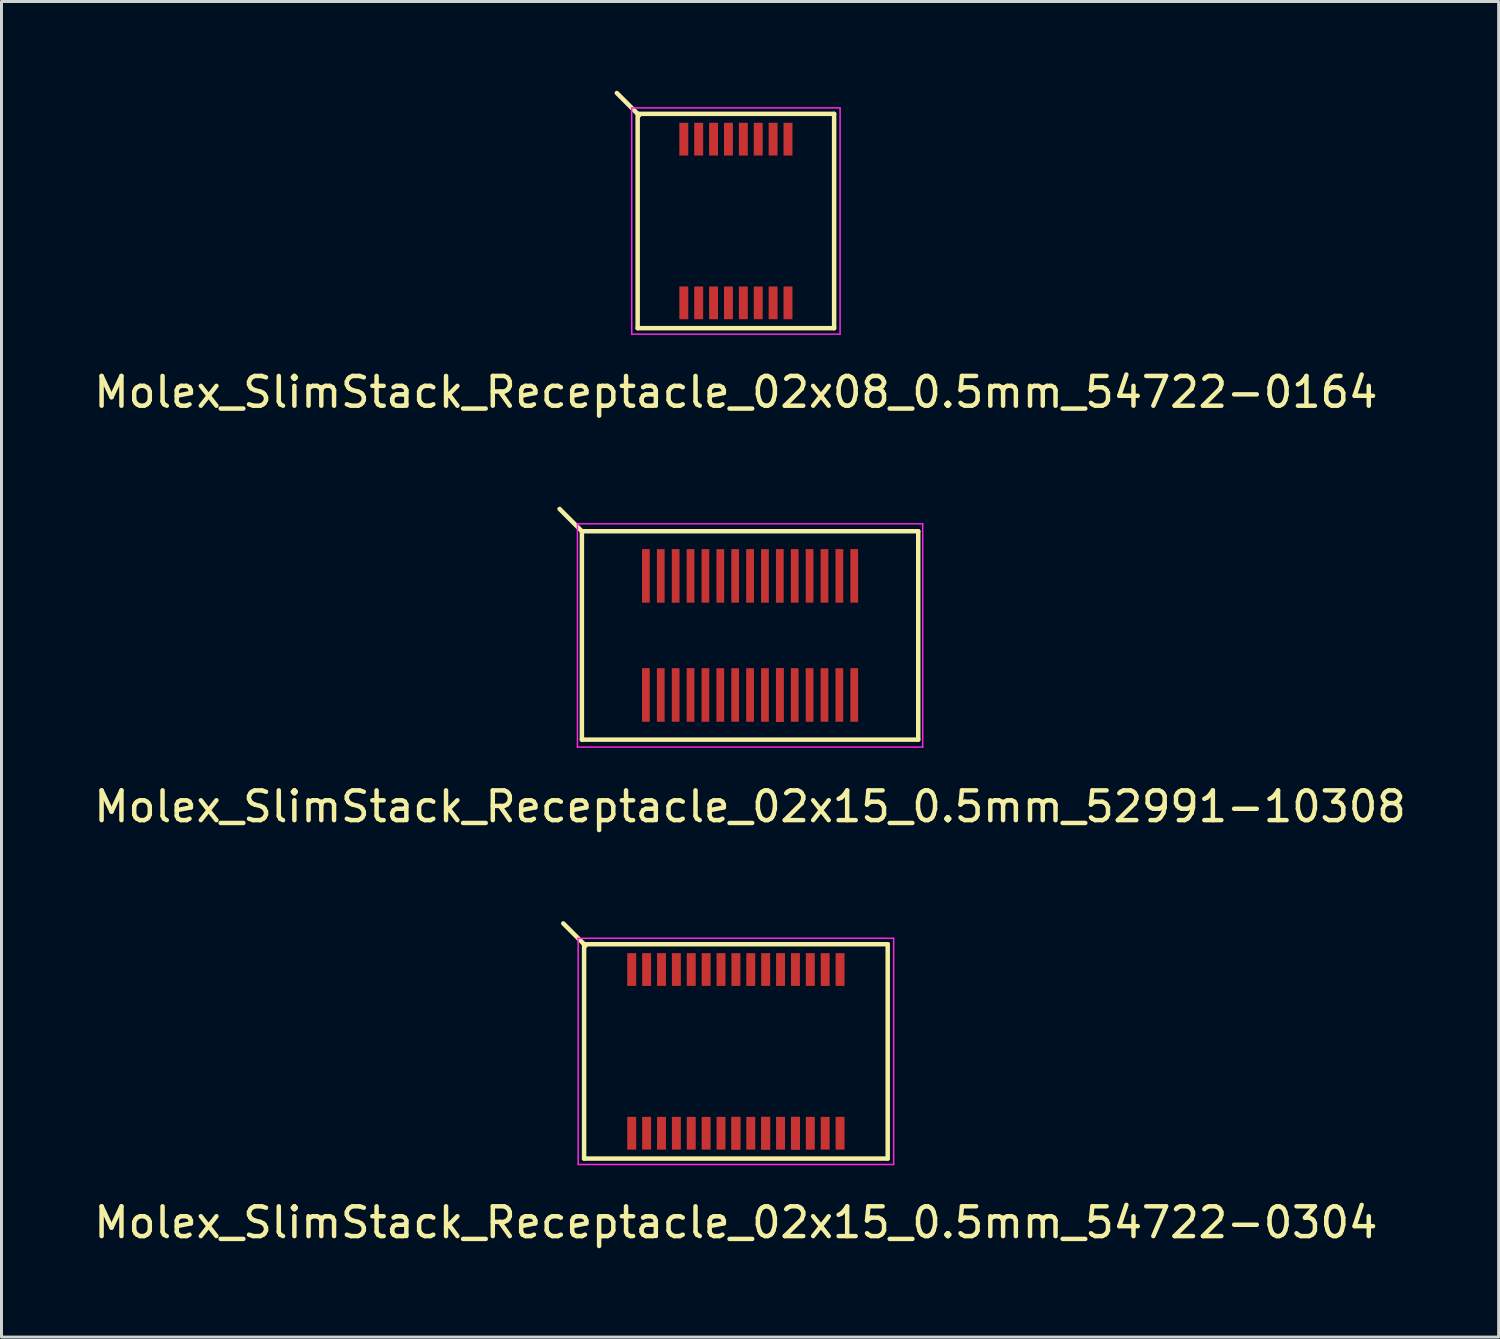
<source format=kicad_pcb>
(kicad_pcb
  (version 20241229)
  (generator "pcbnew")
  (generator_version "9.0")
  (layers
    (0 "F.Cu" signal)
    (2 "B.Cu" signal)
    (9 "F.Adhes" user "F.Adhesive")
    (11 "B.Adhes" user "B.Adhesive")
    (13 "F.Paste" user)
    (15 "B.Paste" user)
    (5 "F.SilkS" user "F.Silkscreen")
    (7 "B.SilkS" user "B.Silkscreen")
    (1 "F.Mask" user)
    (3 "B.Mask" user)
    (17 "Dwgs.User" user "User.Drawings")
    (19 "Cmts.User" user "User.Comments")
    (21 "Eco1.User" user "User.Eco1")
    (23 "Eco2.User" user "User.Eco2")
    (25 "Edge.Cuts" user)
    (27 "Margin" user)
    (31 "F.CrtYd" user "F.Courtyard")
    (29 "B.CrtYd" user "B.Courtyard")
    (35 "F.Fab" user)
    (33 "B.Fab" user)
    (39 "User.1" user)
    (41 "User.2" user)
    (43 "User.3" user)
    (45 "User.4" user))
  (footprint "Molex_SlimStack_Receptacle_02x15_0.5mm_54722-0304"
    (layer "F.Cu")
    (at 21.673 32.272)
    (property "Reference" "Molex_SlimStack_Receptacle_02x15_0.5mm_54722-0304" (at 0 5.75 0) (layer "F.SilkS") (effects (font (size 1 1) (thickness 0.15))))
    (attr smd)
    (fp_line (start -5.1 -3.6) (end -5.1 3.6) (stroke (width 0.15) (type solid)) (layer "F.SilkS"))
    (fp_line (start -5.1 3.6) (end 5.1 3.6) (stroke (width 0.15) (type solid)) (layer "F.SilkS"))
    (fp_line (start -5.05 -3.55) (end -5.8 -4.3) (stroke (width 0.15) (type solid)) (layer "F.SilkS"))
    (fp_line (start 5.1 -3.6) (end -5.1 -3.6) (stroke (width 0.15) (type solid)) (layer "F.SilkS"))
    (fp_line (start 5.1 3.6) (end 5.1 -3.6) (stroke (width 0.15) (type solid)) (layer "F.SilkS"))
    (fp_line (start -5.3 -3.8) (end -5.3 3.8) (stroke (width 0.05) (type solid)) (layer "F.CrtYd"))
    (fp_line (start -5.3 3.8) (end 5.3 3.8) (stroke (width 0.05) (type solid)) (layer "F.CrtYd"))
    (fp_line (start 5.3 -3.8) (end -5.3 -3.8) (stroke (width 0.05) (type solid)) (layer "F.CrtYd"))
    (fp_line (start 5.3 3.8) (end 5.3 -3.8) (stroke (width 0.05) (type solid)) (layer "F.CrtYd"))
    (pad "1" smd rect (at -3.5 -2.75) (size 0.3 1.1) (layers "F.Cu" "F.Mask" "F.Paste"))
    (pad "2" smd rect (at -3.5 2.75) (size 0.3 1.1) (layers "F.Cu" "F.Mask" "F.Paste"))
    (pad "3" smd rect (at -3 -2.75) (size 0.3 1.1) (layers "F.Cu" "F.Mask" "F.Paste"))
    (pad "4" smd rect (at -3 2.75) (size 0.3 1.1) (layers "F.Cu" "F.Mask" "F.Paste"))
    (pad "5" smd rect (at -2.5 -2.75) (size 0.3 1.1) (layers "F.Cu" "F.Mask" "F.Paste"))
    (pad "6" smd rect (at -2.5 2.75) (size 0.3 1.1) (layers "F.Cu" "F.Mask" "F.Paste"))
    (pad "7" smd rect (at -2 -2.75) (size 0.3 1.1) (layers "F.Cu" "F.Mask" "F.Paste"))
    (pad "8" smd rect (at -2 2.75) (size 0.3 1.1) (layers "F.Cu" "F.Mask" "F.Paste"))
    (pad "9" smd rect (at -1.5 -2.75) (size 0.3 1.1) (layers "F.Cu" "F.Mask" "F.Paste"))
    (pad "10" smd rect (at -1.5 2.75) (size 0.3 1.1) (layers "F.Cu" "F.Mask" "F.Paste"))
    (pad "11" smd rect (at -1 -2.75) (size 0.3 1.1) (layers "F.Cu" "F.Mask" "F.Paste"))
    (pad "12" smd rect (at -1 2.75) (size 0.3 1.1) (layers "F.Cu" "F.Mask" "F.Paste"))
    (pad "13" smd rect (at -0.5 -2.75) (size 0.3 1.1) (layers "F.Cu" "F.Mask" "F.Paste"))
    (pad "14" smd rect (at -0.5 2.75) (size 0.3 1.1) (layers "F.Cu" "F.Mask" "F.Paste"))
    (pad "15" smd rect (at 0 -2.75) (size 0.3 1.1) (layers "F.Cu" "F.Mask" "F.Paste"))
    (pad "16" smd rect (at 0 2.75) (size 0.3 1.1) (layers "F.Cu" "F.Mask" "F.Paste"))
    (pad "16" smd rect (at 0 2.75) (size 0.3 1.1) (layers "F.Cu" "F.Mask" "F.Paste"))
    (pad "17" smd rect (at 0.5 -2.75) (size 0.3 1.1) (layers "F.Cu" "F.Mask" "F.Paste"))
    (pad "18" smd rect (at 0.5 2.75) (size 0.3 1.1) (layers "F.Cu" "F.Mask" "F.Paste"))
    (pad "19" smd rect (at 1 -2.75) (size 0.3 1.1) (layers "F.Cu" "F.Mask" "F.Paste"))
    (pad "20" smd rect (at 1 2.75) (size 0.3 1.1) (layers "F.Cu" "F.Mask" "F.Paste"))
    (pad "20" smd rect (at 1 2.75) (size 0.3 1.1) (layers "F.Cu" "F.Mask" "F.Paste"))
    (pad "21" smd rect (at 1.5 -2.75) (size 0.3 1.1) (layers "F.Cu" "F.Mask" "F.Paste"))
    (pad "22" smd rect (at 1.5 2.75) (size 0.3 1.1) (layers "F.Cu" "F.Mask" "F.Paste"))
    (pad "23" smd rect (at 2 -2.75) (size 0.3 1.1) (layers "F.Cu" "F.Mask" "F.Paste"))
    (pad "24" smd rect (at 2 2.75) (size 0.3 1.1) (layers "F.Cu" "F.Mask" "F.Paste"))
    (pad "24" smd rect (at 2 2.75) (size 0.3 1.1) (layers "F.Cu" "F.Mask" "F.Paste"))
    (pad "25" smd rect (at 2.5 -2.75) (size 0.3 1.1) (layers "F.Cu" "F.Mask" "F.Paste"))
    (pad "26" smd rect (at 2.5 2.75) (size 0.3 1.1) (layers "F.Cu" "F.Mask" "F.Paste"))
    (pad "27" smd rect (at 3 -2.75) (size 0.3 1.1) (layers "F.Cu" "F.Mask" "F.Paste"))
    (pad "28" smd rect (at 3 2.75) (size 0.3 1.1) (layers "F.Cu" "F.Mask" "F.Paste"))
    (pad "29" smd rect (at 3.5 -2.75) (size 0.3 1.1) (layers "F.Cu" "F.Mask" "F.Paste"))
    (pad "30" smd rect (at 3.5 2.75) (size 0.3 1.1) (layers "F.Cu" "F.Mask" "F.Paste")))
  (footprint "Molex_SlimStack_Receptacle_02x08_0.5mm_54722-0164"
    (layer "F.Cu")
    (at 21.673 4.375)
    (property "Reference" "Molex_SlimStack_Receptacle_02x08_0.5mm_54722-0164" (at 0 5.75 0) (layer "F.SilkS") (effects (font (size 1 1) (thickness 0.15))))
    (attr smd)
    (fp_line (start -3.3 -3.6) (end -3.3 3.6) (stroke (width 0.15) (type solid)) (layer "F.SilkS"))
    (fp_line (start -3.3 3.6) (end 3.3 3.6) (stroke (width 0.15) (type solid)) (layer "F.SilkS"))
    (fp_line (start -3.25 -3.55) (end -4 -4.3) (stroke (width 0.15) (type solid)) (layer "F.SilkS"))
    (fp_line (start 3.3 -3.6) (end -3.3 -3.6) (stroke (width 0.15) (type solid)) (layer "F.SilkS"))
    (fp_line (start 3.3 3.6) (end 3.3 -3.6) (stroke (width 0.15) (type solid)) (layer "F.SilkS"))
    (fp_line (start -3.5 -3.8) (end -3.5 3.8) (stroke (width 0.05) (type solid)) (layer "F.CrtYd"))
    (fp_line (start -3.5 3.8) (end 3.5 3.8) (stroke (width 0.05) (type solid)) (layer "F.CrtYd"))
    (fp_line (start 3.5 -3.8) (end -3.5 -3.8) (stroke (width 0.05) (type solid)) (layer "F.CrtYd"))
    (fp_line (start 3.5 3.8) (end 3.5 -3.8) (stroke (width 0.05) (type solid)) (layer "F.CrtYd"))
    (pad "1" smd rect (at -1.75 -2.75) (size 0.3 1.1) (layers "F.Cu" "F.Mask" "F.Paste"))
    (pad "2" smd rect (at -1.75 2.75) (size 0.3 1.1) (layers "F.Cu" "F.Mask" "F.Paste"))
    (pad "3" smd rect (at -1.25 -2.75) (size 0.3 1.1) (layers "F.Cu" "F.Mask" "F.Paste"))
    (pad "4" smd rect (at -1.25 2.75) (size 0.3 1.1) (layers "F.Cu" "F.Mask" "F.Paste"))
    (pad "5" smd rect (at -0.75 -2.75) (size 0.3 1.1) (layers "F.Cu" "F.Mask" "F.Paste"))
    (pad "6" smd rect (at -0.75 2.75) (size 0.3 1.1) (layers "F.Cu" "F.Mask" "F.Paste"))
    (pad "7" smd rect (at -0.25 -2.75) (size 0.3 1.1) (layers "F.Cu" "F.Mask" "F.Paste"))
    (pad "8" smd rect (at -0.25 2.75) (size 0.3 1.1) (layers "F.Cu" "F.Mask" "F.Paste"))
    (pad "9" smd rect (at 0.25 -2.75) (size 0.3 1.1) (layers "F.Cu" "F.Mask" "F.Paste"))
    (pad "10" smd rect (at 0.25 2.75) (size 0.3 1.1) (layers "F.Cu" "F.Mask" "F.Paste"))
    (pad "11" smd rect (at 0.75 -2.75) (size 0.3 1.1) (layers "F.Cu" "F.Mask" "F.Paste"))
    (pad "12" smd rect (at 0.75 2.75) (size 0.3 1.1) (layers "F.Cu" "F.Mask" "F.Paste"))
    (pad "13" smd rect (at 1.25 -2.75) (size 0.3 1.1) (layers "F.Cu" "F.Mask" "F.Paste"))
    (pad "14" smd rect (at 1.25 2.75) (size 0.3 1.1) (layers "F.Cu" "F.Mask" "F.Paste"))
    (pad "15" smd rect (at 1.75 -2.75) (size 0.3 1.1) (layers "F.Cu" "F.Mask" "F.Paste"))
    (pad "16" smd rect (at 1.75 2.75) (size 0.3 1.1) (layers "F.Cu" "F.Mask" "F.Paste")))
  (footprint "Molex_SlimStack_Receptacle_02x15_0.5mm_52991-10308"
    (layer "F.Cu")
    (at 22.149 18.298)
    (property "Reference" "Molex_SlimStack_Receptacle_02x15_0.5mm_52991-10308" (at 0 5.75 0) (layer "F.SilkS") (effects (font (size 1 1) (thickness 0.15))))
    (attr smd)
    (fp_line (start -5.65 -3.5) (end -6.4 -4.25) (stroke (width 0.15) (type solid)) (layer "F.SilkS"))
    (fp_line (start -5.65 -3.5) (end -5.65 3.5) (stroke (width 0.15) (type solid)) (layer "F.SilkS"))
    (fp_line (start -5.65 3.5) (end 5.65 3.5) (stroke (width 0.15) (type solid)) (layer "F.SilkS"))
    (fp_line (start 5.65 -3.5) (end -5.65 -3.5) (stroke (width 0.15) (type solid)) (layer "F.SilkS"))
    (fp_line (start 5.65 3.5) (end 5.65 -3.5) (stroke (width 0.15) (type solid)) (layer "F.SilkS"))
    (fp_line (start -5.8 -3.75) (end -5.8 3.75) (stroke (width 0.05) (type solid)) (layer "F.CrtYd"))
    (fp_line (start -5.8 3.75) (end 5.8 3.75) (stroke (width 0.05) (type solid)) (layer "F.CrtYd"))
    (fp_line (start 5.8 -3.75) (end -5.8 -3.75) (stroke (width 0.05) (type solid)) (layer "F.CrtYd"))
    (fp_line (start 5.8 3.75) (end 5.8 -3.75) (stroke (width 0.05) (type solid)) (layer "F.CrtYd"))
    (pad "1" smd rect (at -3.5 -2) (size 0.26 1.8) (layers "F.Cu" "F.Mask" "F.Paste"))
    (pad "2" smd rect (at -3.5 2) (size 0.26 1.8) (layers "F.Cu" "F.Mask" "F.Paste"))
    (pad "3" smd rect (at -3 -2) (size 0.26 1.8) (layers "F.Cu" "F.Mask" "F.Paste"))
    (pad "4" smd rect (at -3 2) (size 0.26 1.8) (layers "F.Cu" "F.Mask" "F.Paste"))
    (pad "5" smd rect (at -2.5 -2) (size 0.26 1.8) (layers "F.Cu" "F.Mask" "F.Paste"))
    (pad "6" smd rect (at -2.5 2) (size 0.26 1.8) (layers "F.Cu" "F.Mask" "F.Paste"))
    (pad "7" smd rect (at -2 -2) (size 0.26 1.8) (layers "F.Cu" "F.Mask" "F.Paste"))
    (pad "8" smd rect (at -2 2) (size 0.26 1.8) (layers "F.Cu" "F.Mask" "F.Paste"))
    (pad "9" smd rect (at -1.5 -2) (size 0.26 1.8) (layers "F.Cu" "F.Mask" "F.Paste"))
    (pad "10" smd rect (at -1.5 2) (size 0.26 1.8) (layers "F.Cu" "F.Mask" "F.Paste"))
    (pad "11" smd rect (at -1 -2) (size 0.26 1.8) (layers "F.Cu" "F.Mask" "F.Paste"))
    (pad "12" smd rect (at -1 2) (size 0.26 1.8) (layers "F.Cu" "F.Mask" "F.Paste"))
    (pad "13" smd rect (at -0.5 -2) (size 0.26 1.8) (layers "F.Cu" "F.Mask" "F.Paste"))
    (pad "14" smd rect (at -0.5 2) (size 0.26 1.8) (layers "F.Cu" "F.Mask" "F.Paste"))
    (pad "15" smd rect (at 0 -2) (size 0.26 1.8) (layers "F.Cu" "F.Mask" "F.Paste"))
    (pad "16" smd rect (at 0 2) (size 0.26 1.8) (layers "F.Cu" "F.Mask" "F.Paste"))
    (pad "17" smd rect (at 0.5 -2) (size 0.26 1.8) (layers "F.Cu" "F.Mask" "F.Paste"))
    (pad "18" smd rect (at 0.5 2) (size 0.26 1.8) (layers "F.Cu" "F.Mask" "F.Paste"))
    (pad "19" smd rect (at 1 -2) (size 0.26 1.8) (layers "F.Cu" "F.Mask" "F.Paste"))
    (pad "20" smd rect (at 1 2) (size 0.26 1.8) (layers "F.Cu" "F.Mask" "F.Paste"))
    (pad "20" smd rect (at 1 2) (size 0.26 1.8) (layers "F.Cu" "F.Mask" "F.Paste"))
    (pad "21" smd rect (at 1.5 -2) (size 0.26 1.8) (layers "F.Cu" "F.Mask" "F.Paste"))
    (pad "22" smd rect (at 1.5 2) (size 0.26 1.8) (layers "F.Cu" "F.Mask" "F.Paste"))
    (pad "23" smd rect (at 2 -2) (size 0.26 1.8) (layers "F.Cu" "F.Mask" "F.Paste"))
    (pad "24" smd rect (at 2 2) (size 0.26 1.8) (layers "F.Cu" "F.Mask" "F.Paste"))
    (pad "25" smd rect (at 2.5 -2) (size 0.26 1.8) (layers "F.Cu" "F.Mask" "F.Paste"))
    (pad "26" smd rect (at 2.5 2) (size 0.26 1.8) (layers "F.Cu" "F.Mask" "F.Paste"))
    (pad "27" smd rect (at 3 -2) (size 0.26 1.8) (layers "F.Cu" "F.Mask" "F.Paste"))
    (pad "28" smd rect (at 3 2) (size 0.26 1.8) (layers "F.Cu" "F.Mask" "F.Paste"))
    (pad "29" smd rect (at 3.5 -2) (size 0.26 1.8) (layers "F.Cu" "F.Mask" "F.Paste"))
    (pad "30" smd rect (at 3.5 2) (size 0.26 1.8) (layers "F.Cu" "F.Mask" "F.Paste")))
  (gr_rect
    (start -3 -3)
    (end 47.298 41.87)
    (stroke (width 0.1) (type default))
    (fill no)
    (layer "Edge.Cuts")))
</source>
